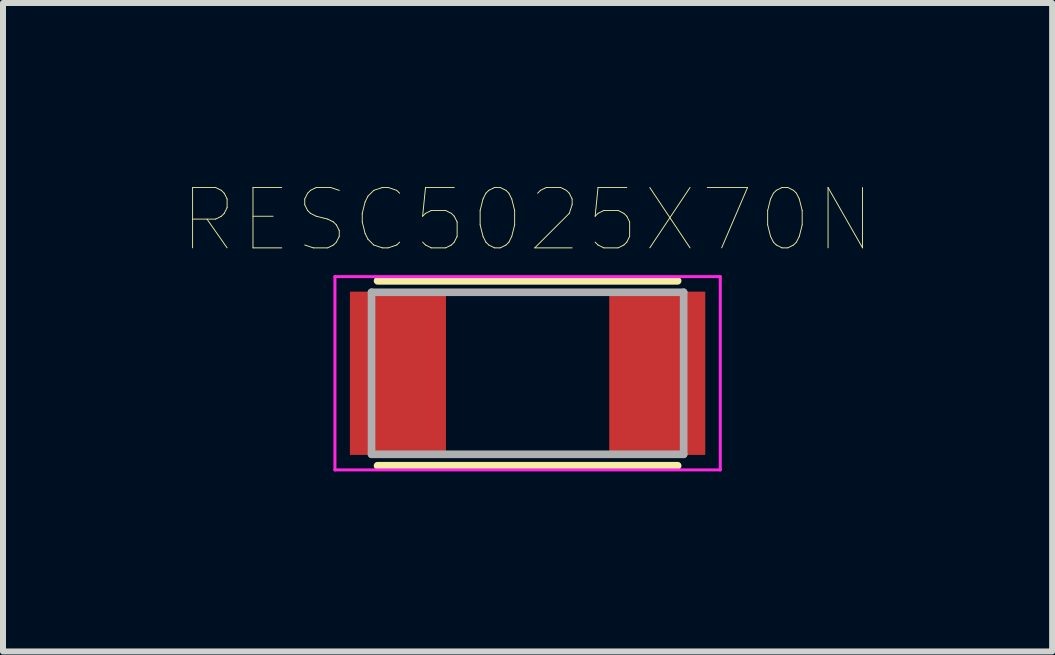
<source format=kicad_pcb>
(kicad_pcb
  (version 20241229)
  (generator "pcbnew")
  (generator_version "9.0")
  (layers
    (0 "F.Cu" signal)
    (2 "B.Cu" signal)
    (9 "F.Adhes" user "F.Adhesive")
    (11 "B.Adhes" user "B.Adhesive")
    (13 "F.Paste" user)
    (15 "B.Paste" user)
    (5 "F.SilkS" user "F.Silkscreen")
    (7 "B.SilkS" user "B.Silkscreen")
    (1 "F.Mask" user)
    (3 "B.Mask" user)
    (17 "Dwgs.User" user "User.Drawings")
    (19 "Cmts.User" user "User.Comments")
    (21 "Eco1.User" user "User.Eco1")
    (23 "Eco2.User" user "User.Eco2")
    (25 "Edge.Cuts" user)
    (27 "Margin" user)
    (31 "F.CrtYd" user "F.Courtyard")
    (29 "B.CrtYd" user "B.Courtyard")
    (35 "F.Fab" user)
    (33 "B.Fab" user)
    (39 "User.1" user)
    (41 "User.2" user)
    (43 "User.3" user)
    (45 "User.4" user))
  (footprint "RESC5025X70N"
    (layer "F.Cu")
    (at 5.74 3.169)
    (property "Reference" "RESC5025X70N" (at -0.000335 -2.554 0) (layer "F.SilkS") (effects (font (size 1.006 1.006) (thickness 0.015))))
    (attr through_hole)
    (fp_line (start -2.5 -1.54) (end 2.5 -1.54) (stroke (width 0.127) (type solid)) (layer "F.SilkS"))
    (fp_line (start -2.5 1.54) (end 2.5 1.54) (stroke (width 0.127) (type solid)) (layer "F.SilkS"))
    (fp_line (start -3.21 -1.61) (end 3.21 -1.61) (stroke (width 0.05) (type solid)) (layer "F.CrtYd"))
    (fp_line (start -3.21 1.61) (end -3.21 -1.61) (stroke (width 0.05) (type solid)) (layer "F.CrtYd"))
    (fp_line (start 3.21 -1.61) (end 3.21 1.61) (stroke (width 0.05) (type solid)) (layer "F.CrtYd"))
    (fp_line (start 3.21 1.61) (end -3.21 1.61) (stroke (width 0.05) (type solid)) (layer "F.CrtYd"))
    (fp_line (start -2.6 -1.35) (end -2.6 1.35) (stroke (width 0.127) (type solid)) (layer "F.Fab"))
    (fp_line (start -2.6 -1.35) (end 2.6 -1.35) (stroke (width 0.127) (type solid)) (layer "F.Fab"))
    (fp_line (start -2.6 1.35) (end 2.6 1.35) (stroke (width 0.127) (type solid)) (layer "F.Fab"))
    (fp_line (start 2.6 -1.35) (end 2.6 1.35) (stroke (width 0.127) (type solid)) (layer "F.Fab"))
    (pad "1" smd rect (at -2.16 0) (size 1.6 2.72) (layers "F.Cu" "F.Mask" "F.Paste"))
    (pad "2" smd rect (at 2.16 0) (size 1.6 2.72) (layers "F.Cu" "F.Mask" "F.Paste")))
  (gr_rect
    (start -3 -3)
    (end 14.479 7.804)
    (stroke (width 0.1) (type default))
    (fill no)
    (layer "Edge.Cuts")))
</source>
